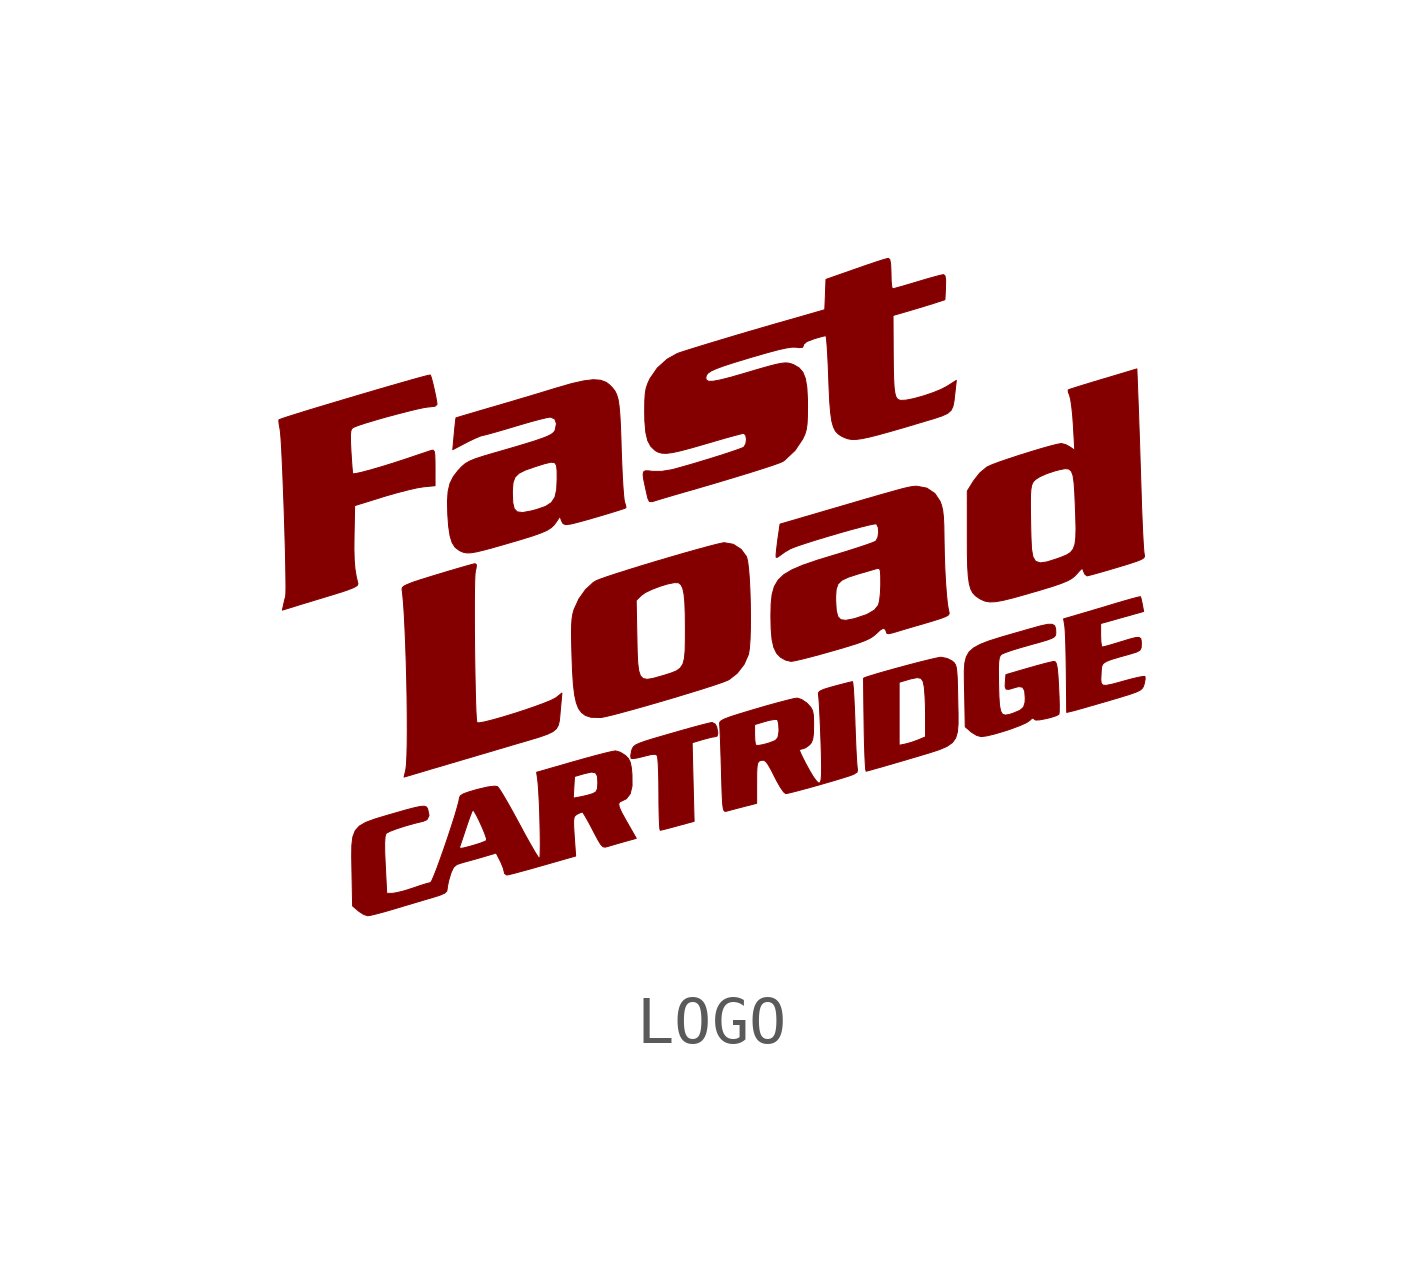
<source format=kicad_sym>
(kicad_symbol_lib
  (version 20210619)
  (generator bitmap2component)
  (symbol "LOGO"
    (pin_names
      (offset 1.016))
    (property "Reference" "#G"
      (at 0 6.192 0)
      (effects (font (size 1.27 1.27)) hide))
    (symbol "LOGO_0_0"
      (polyline (pts (xy -7.106 -6.859) (xy -6.978 -6.828) (xy -6.806 -6.782) (xy -6.61 -6.725) (xy -6.449 -6.676) (xy -6.213 -6.606) (xy -5.992 -6.54) (xy -5.82 -6.49) (xy -5.814 -6.488) (xy -5.657 -6.438) (xy -5.566 -6.398) (xy -5.523 -6.356) (xy -5.513 -6.303) (xy -5.51 -6.266) (xy -5.486 -6.146) (xy -5.445 -6.008) (xy -5.428 -5.958) (xy -5.379 -5.857) (xy -5.312 -5.802) (xy -5.201 -5.765) (xy -5.103 -5.738) (xy -4.932 -5.691) (xy -4.759 -5.641) (xy -4.493 -5.562) (xy -4.409 -5.727) (xy -4.39 -5.766) (xy -4.344 -5.879) (xy -4.325 -5.956) (xy -4.319 -5.987) (xy -4.274 -6.021) (xy -4.239 -6.015) (xy -4.131 -5.989) (xy -3.968 -5.945) (xy -3.763 -5.889) (xy -3.531 -5.823) (xy -2.838 -5.625) (xy -2.867 -5.213) (xy -2.868 -5.197) (xy -2.879 -5.012) (xy -2.881 -4.892) (xy -2.871 -4.821) (xy -2.847 -4.781) (xy -2.807 -4.754) (xy -2.748 -4.725) (xy -2.697 -4.707) (xy -2.683 -4.723) (xy -2.635 -4.8) (xy -2.564 -4.926) (xy -2.48 -5.085) (xy -2.45 -5.144) (xy -2.369 -5.295) (xy -2.312 -5.387) (xy -2.268 -5.431) (xy -2.224 -5.44) (xy -2.171 -5.427) (xy -2.107 -5.408) (xy -1.97 -5.368) (xy -1.816 -5.324) (xy -1.575 -5.257) (xy -1.762 -4.929) (xy -1.787 -4.886) (xy -1.879 -4.719) (xy -1.929 -4.608) (xy -1.942 -4.539) (xy -1.919 -4.498) (xy -1.865 -4.473) (xy -1.782 -4.432) (xy -1.702 -4.329) (xy -1.663 -4.165) (xy -1.664 -3.934) (xy -1.677 -3.789) (xy -1.7 -3.673) (xy -1.738 -3.596) (xy -1.8 -3.532) (xy -1.806 -3.527) (xy -1.911 -3.462) (xy -2.006 -3.435) (xy -2.006 -3.435) (xy -2.075 -3.446) (xy -2.212 -3.478) (xy -2.4 -3.526) (xy -2.626 -3.587) (xy -2.874 -3.657) (xy -3.65 -3.88) (xy -3.629 -4.028) (xy -3.619 -4.121) (xy -3.607 -4.285) (xy -3.6 -4.42) (xy -2.888 -4.42) (xy -2.862 -3.968) (xy -2.671 -3.913) (xy -2.65 -3.907) (xy -2.506 -3.876) (xy -2.423 -3.891) (xy -2.384 -3.959) (xy -2.375 -4.092) (xy -2.375 -4.1) (xy -2.382 -4.221) (xy -2.412 -4.286) (xy -2.476 -4.324) (xy -2.482 -4.326) (xy -2.598 -4.361) (xy -2.733 -4.391) (xy -2.888 -4.42) (xy -3.6 -4.42) (xy -3.596 -4.487) (xy -3.587 -4.712) (xy -3.581 -4.944) (xy -3.576 -5.169) (xy -3.574 -5.37) (xy -3.576 -5.533) (xy -3.58 -5.642) (xy -3.589 -5.681) (xy -3.591 -5.681) (xy -3.625 -5.637) (xy -3.692 -5.53) (xy -3.783 -5.372) (xy -3.893 -5.175) (xy -4.014 -4.95) (xy -4.025 -4.93) (xy -4.148 -4.703) (xy -4.261 -4.502) (xy -4.356 -4.34) (xy -4.426 -4.229) (xy -4.465 -4.18) (xy -4.527 -4.169) (xy -4.672 -4.187) (xy -4.893 -4.239) (xy -5.042 -4.282) (xy -5.171 -4.327) (xy -5.238 -4.369) (xy -5.258 -4.411) (xy -5.269 -4.479) (xy -5.304 -4.611) (xy -5.356 -4.788) (xy -5.423 -4.998) (xy -5.498 -5.226) (xy -5.575 -5.452) (xy -5.256 -5.452) (xy -5.248 -5.417) (xy -5.242 -5.402) (xy -5.213 -5.316) (xy -5.167 -5.179) (xy -5.112 -5.014) (xy -5.089 -4.945) (xy -5.038 -4.801) (xy -5 -4.702) (xy -4.979 -4.664) (xy -4.955 -4.688) (xy -4.906 -4.771) (xy -4.846 -4.891) (xy -4.784 -5.027) (xy -4.731 -5.156) (xy -4.697 -5.255) (xy -4.693 -5.301) (xy -4.731 -5.321) (xy -4.832 -5.36) (xy -4.968 -5.402) (xy -5.052 -5.426) (xy -5.173 -5.457) (xy -5.236 -5.466) (xy -5.256 -5.452) (xy -5.575 -5.452) (xy -5.577 -5.458) (xy -5.655 -5.679) (xy -5.727 -5.877) (xy -5.789 -6.035) (xy -5.835 -6.141) (xy -5.862 -6.18) (xy -5.869 -6.181) (xy -5.946 -6.2) (xy -6.074 -6.24) (xy -6.23 -6.293) (xy -6.253 -6.301) (xy -6.42 -6.353) (xy -6.565 -6.389) (xy -6.659 -6.403) (xy -6.774 -6.403) (xy -6.804 -5.808) (xy -6.815 -5.56) (xy -6.817 -5.353) (xy -6.808 -5.22) (xy -6.789 -5.157) (xy -6.783 -5.151) (xy -6.708 -5.111) (xy -6.574 -5.06) (xy -6.4 -5.003) (xy -6.206 -4.948) (xy -6.011 -4.9) (xy -5.935 -4.867) (xy -5.893 -4.781) (xy -5.92 -4.647) (xy -5.926 -4.633) (xy -5.95 -4.601) (xy -5.995 -4.587) (xy -6.071 -4.592) (xy -6.191 -4.617) (xy -6.368 -4.663) (xy -6.614 -4.734) (xy -6.765 -4.777) (xy -7.02 -4.854) (xy -7.21 -4.924) (xy -7.343 -5.001) (xy -7.429 -5.097) (xy -7.479 -5.226) (xy -7.5 -5.4) (xy -7.503 -5.633) (xy -7.498 -5.937) (xy -7.484 -6.665) (xy -7.365 -6.767) (xy -7.352 -6.778) (xy -7.252 -6.843) (xy -7.169 -6.869) (xy -7.106 -6.859)) (stroke (width 0.01)) (fill (type outline)))
      (polyline (pts (xy -1.067 -5.087) (xy -0.995 -5.071) (xy -0.869 -5.038) (xy -0.71 -4.995) (xy -0.37 -4.902) (xy -0.391 -4.083) (xy -0.411 -3.265) (xy -0.198 -3.201) (xy -0.118 -3.179) (xy 0.001 -3.149) (xy 0.071 -3.138) (xy 0.109 -3.126) (xy 0.125 -3.063) (xy 0.101 -2.937) (xy 0.069 -2.877) (xy 0.006 -2.843) (xy 0.004 -2.843) (xy -0.06 -2.856) (xy -0.192 -2.889) (xy -0.376 -2.938) (xy -0.6 -3) (xy -0.848 -3.071) (xy -0.985 -3.111) (xy -1.222 -3.18) (xy -1.393 -3.233) (xy -1.511 -3.276) (xy -1.587 -3.311) (xy -1.631 -3.346) (xy -1.655 -3.384) (xy -1.671 -3.43) (xy -1.673 -3.438) (xy -1.69 -3.535) (xy -1.682 -3.59) (xy -1.645 -3.595) (xy -1.546 -3.58) (xy -1.413 -3.548) (xy -1.39 -3.541) (xy -1.254 -3.509) (xy -1.175 -3.506) (xy -1.137 -3.531) (xy -1.128 -3.576) (xy -1.118 -3.694) (xy -1.11 -3.87) (xy -1.105 -4.089) (xy -1.103 -4.336) (xy -1.102 -4.554) (xy -1.098 -4.768) (xy -1.092 -4.937) (xy -1.084 -5.048) (xy -1.076 -5.088) (xy -1.067 -5.087)) (stroke (width 0.01)) (fill (type outline)))
      (polyline (pts (xy 0.313 -4.689) (xy 0.383 -4.67) (xy 0.514 -4.635) (xy 0.668 -4.595) (xy 0.933 -4.527) (xy 0.933 -4.087) (xy 0.934 -3.891) (xy 0.941 -3.764) (xy 0.954 -3.689) (xy 0.979 -3.652) (xy 1.016 -3.635) (xy 1.034 -3.631) (xy 1.081 -3.629) (xy 1.124 -3.655) (xy 1.173 -3.72) (xy 1.239 -3.837) (xy 1.331 -4.018) (xy 1.353 -4.061) (xy 1.43 -4.196) (xy 1.496 -4.29) (xy 1.539 -4.325) (xy 1.598 -4.314) (xy 1.721 -4.284) (xy 1.891 -4.239) (xy 2.092 -4.184) (xy 2.306 -4.123) (xy 2.515 -4.063) (xy 2.704 -4.006) (xy 2.854 -3.959) (xy 2.951 -3.924) (xy 3.025 -3.877) (xy 3.034 -3.829) (xy 3.032 -3.82) (xy 3.023 -3.74) (xy 3.013 -3.592) (xy 3.002 -3.39) (xy 2.992 -3.148) (xy 2.982 -2.879) (xy 2.98 -2.794) (xy 2.97 -2.539) (xy 2.959 -2.318) (xy 2.949 -2.146) (xy 2.938 -2.033) (xy 2.93 -1.992) (xy 2.919 -1.994) (xy 2.844 -2.011) (xy 2.715 -2.044) (xy 2.553 -2.087) (xy 2.47 -2.11) (xy 2.33 -2.153) (xy 2.252 -2.189) (xy 2.221 -2.224) (xy 2.222 -2.268) (xy 2.224 -2.277) (xy 2.232 -2.362) (xy 2.242 -2.514) (xy 2.252 -2.719) (xy 2.263 -2.964) (xy 2.273 -3.233) (xy 2.281 -3.489) (xy 2.286 -3.742) (xy 2.285 -3.923) (xy 2.275 -4.04) (xy 2.256 -4.098) (xy 2.226 -4.106) (xy 2.184 -4.069) (xy 2.128 -3.997) (xy 2.098 -3.95) (xy 2.032 -3.838) (xy 1.959 -3.705) (xy 1.892 -3.574) (xy 1.843 -3.47) (xy 1.823 -3.415) (xy 1.83 -3.405) (xy 1.887 -3.392) (xy 1.951 -3.37) (xy 2.035 -3.308) (xy 2.07 -3.266) (xy 2.101 -3.191) (xy 2.116 -3.077) (xy 2.12 -2.901) (xy 2.12 -2.835) (xy 2.115 -2.69) (xy 2.097 -2.596) (xy 2.06 -2.527) (xy 1.996 -2.456) (xy 1.975 -2.436) (xy 1.868 -2.363) (xy 1.774 -2.335) (xy 1.706 -2.347) (xy 1.571 -2.379) (xy 1.384 -2.428) (xy 1.159 -2.49) (xy 0.912 -2.562) (xy 0.783 -2.6) (xy 0.546 -2.672) (xy 0.376 -2.727) (xy 0.263 -2.77) (xy 0.196 -2.805) (xy 0.166 -2.836) (xy 0.161 -2.867) (xy 0.162 -2.876) (xy 0.163 -2.887) (xy 0.89 -2.887) (xy 1.108 -2.822) (xy 1.193 -2.799) (xy 1.304 -2.779) (xy 1.362 -2.781) (xy 1.372 -2.794) (xy 1.392 -2.872) (xy 1.399 -2.99) (xy 1.398 -3.039) (xy 1.377 -3.157) (xy 1.325 -3.217) (xy 1.301 -3.228) (xy 1.191 -3.27) (xy 1.07 -3.304) (xy 0.968 -3.322) (xy 0.914 -3.317) (xy 0.907 -3.299) (xy 0.895 -3.214) (xy 0.89 -3.09) (xy 0.89 -2.887) (xy 0.163 -2.887) (xy 0.168 -2.96) (xy 0.175 -3.111) (xy 0.183 -3.317) (xy 0.191 -3.561) (xy 0.199 -3.83) (xy 0.206 -4.078) (xy 0.213 -4.31) (xy 0.221 -4.477) (xy 0.231 -4.589) (xy 0.243 -4.655) (xy 0.26 -4.687) (xy 0.283 -4.695) (xy 0.313 -4.689)) (stroke (width 0.01)) (fill (type outline)))
      (polyline (pts (xy -5.782 -3.793) (xy -5.736 -3.78) (xy -5.485 -3.706) (xy -5.182 -3.616) (xy -4.849 -3.518) (xy -4.511 -3.418) (xy -4.19 -3.323) (xy -4.068 -3.287) (xy -3.787 -3.205) (xy -3.574 -3.14) (xy -3.418 -3.084) (xy -3.31 -3.031) (xy -3.24 -2.972) (xy -3.2 -2.901) (xy -3.178 -2.811) (xy -3.166 -2.694) (xy -3.153 -2.543) (xy -3.124 -2.23) (xy -3.244 -2.325) (xy -3.264 -2.338) (xy -3.365 -2.388) (xy -3.519 -2.45) (xy -3.711 -2.52) (xy -3.927 -2.594) (xy -4.152 -2.666) (xy -4.371 -2.733) (xy -4.57 -2.789) (xy -4.733 -2.83) (xy -4.846 -2.85) (xy -4.894 -2.847) (xy -4.896 -2.841) (xy -4.905 -2.768) (xy -4.914 -2.624) (xy -4.921 -2.421) (xy -4.928 -2.172) (xy -4.934 -1.888) (xy -4.939 -1.58) (xy -4.943 -1.261) (xy -4.946 -0.943) (xy -4.947 -0.636) (xy -4.947 -0.353) (xy -4.945 -0.105) (xy -4.941 0.095) (xy -4.935 0.237) (xy -4.928 0.307) (xy -4.913 0.366) (xy -4.905 0.443) (xy -4.933 0.465) (xy -4.982 0.454) (xy -5.1 0.422) (xy -5.272 0.372) (xy -5.485 0.31) (xy -5.724 0.238) (xy -5.821 0.208) (xy -6.062 0.134) (xy -6.235 0.076) (xy -6.35 0.031) (xy -6.418 -0.004) (xy -6.449 -0.036) (xy -6.454 -0.068) (xy -6.444 -0.144) (xy -6.425 -0.341) (xy -6.408 -0.596) (xy -6.393 -0.897) (xy -6.379 -1.232) (xy -6.367 -1.589) (xy -6.357 -1.957) (xy -6.35 -2.323) (xy -6.346 -2.676) (xy -6.345 -3.004) (xy -6.347 -3.294) (xy -6.353 -3.536) (xy -6.362 -3.716) (xy -6.375 -3.824) (xy -6.411 -3.98) (xy -5.782 -3.793)) (stroke (width 0.01)) (fill (type outline)))
      (polyline (pts (xy 3.22 -3.857) (xy 3.289 -3.839) (xy 3.423 -3.801) (xy 3.61 -3.748) (xy 3.837 -3.682) (xy 4.091 -3.607) (xy 4.238 -3.564) (xy 4.523 -3.479) (xy 4.741 -3.408) (xy 4.9 -3.339) (xy 5.01 -3.262) (xy 5.079 -3.166) (xy 5.115 -3.041) (xy 5.129 -2.877) (xy 5.129 -2.662) (xy 5.123 -2.386) (xy 5.123 -2.381) (xy 5.118 -2.115) (xy 5.112 -1.921) (xy 5.103 -1.785) (xy 5.091 -1.694) (xy 5.072 -1.636) (xy 5.046 -1.597) (xy 5.01 -1.565) (xy 4.904 -1.51) (xy 4.773 -1.484) (xy 4.753 -1.486) (xy 4.658 -1.505) (xy 4.508 -1.54) (xy 4.318 -1.587) (xy 4.104 -1.643) (xy 3.881 -1.703) (xy 3.664 -1.763) (xy 3.468 -1.819) (xy 3.309 -1.867) (xy 3.201 -1.902) (xy 3.161 -1.921) (xy 3.161 -1.934) (xy 3.161 -2.017) (xy 3.163 -2.167) (xy 3.165 -2.371) (xy 3.168 -2.618) (xy 3.172 -2.894) (xy 3.174 -3.047) (xy 3.18 -3.307) (xy 3.181 -3.318) (xy 3.901 -3.318) (xy 3.901 -2.006) (xy 4.065 -1.957) (xy 4.141 -1.935) (xy 4.276 -1.908) (xy 4.357 -1.922) (xy 4.401 -1.986) (xy 4.426 -2.105) (xy 4.431 -2.157) (xy 4.442 -2.317) (xy 4.45 -2.515) (xy 4.452 -2.722) (xy 4.452 -3.142) (xy 4.302 -3.205) (xy 4.292 -3.209) (xy 4.153 -3.259) (xy 4.026 -3.293) (xy 3.901 -3.318) (xy 3.181 -3.318) (xy 3.188 -3.53) (xy 3.196 -3.705) (xy 3.205 -3.818) (xy 3.214 -3.858) (xy 3.22 -3.857)) (stroke (width 0.01)) (fill (type outline)))
      (polyline (pts (xy 5.612 -3.137) (xy 5.726 -3.122) (xy 5.886 -3.084) (xy 6.07 -3.03) (xy 6.257 -2.968) (xy 6.426 -2.904) (xy 6.554 -2.846) (xy 6.622 -2.8) (xy 6.676 -2.75) (xy 6.71 -2.764) (xy 6.711 -2.768) (xy 6.744 -2.792) (xy 6.824 -2.789) (xy 6.967 -2.762) (xy 7.071 -2.736) (xy 7.179 -2.7) (xy 7.23 -2.671) (xy 7.231 -2.67) (xy 7.237 -2.608) (xy 7.238 -2.482) (xy 7.233 -2.307) (xy 7.224 -2.102) (xy 7.223 -2.078) (xy 7.21 -1.861) (xy 7.196 -1.714) (xy 7.179 -1.625) (xy 7.157 -1.582) (xy 7.128 -1.571) (xy 7.074 -1.581) (xy 6.953 -1.61) (xy 6.786 -1.655) (xy 6.594 -1.709) (xy 6.127 -1.845) (xy 6.114 -2.004) (xy 6.11 -2.093) (xy 6.13 -2.148) (xy 6.193 -2.152) (xy 6.316 -2.115) (xy 6.391 -2.095) (xy 6.474 -2.107) (xy 6.517 -2.183) (xy 6.529 -2.332) (xy 6.525 -2.426) (xy 6.494 -2.524) (xy 6.418 -2.591) (xy 6.277 -2.65) (xy 6.196 -2.676) (xy 6.112 -2.69) (xy 6.053 -2.67) (xy 6.015 -2.604) (xy 5.992 -2.485) (xy 5.98 -2.3) (xy 5.973 -2.041) (xy 5.972 -1.946) (xy 5.97 -1.739) (xy 5.974 -1.598) (xy 5.986 -1.507) (xy 6.005 -1.453) (xy 6.034 -1.421) (xy 6.038 -1.419) (xy 6.113 -1.387) (xy 6.249 -1.339) (xy 6.43 -1.284) (xy 6.636 -1.225) (xy 6.825 -1.173) (xy 6.983 -1.126) (xy 7.083 -1.089) (xy 7.138 -1.056) (xy 7.161 -1.02) (xy 7.165 -0.975) (xy 7.162 -0.891) (xy 7.141 -0.827) (xy 7.09 -0.797) (xy 6.997 -0.798) (xy 6.848 -0.83) (xy 6.632 -0.89) (xy 6.342 -0.973) (xy 6.028 -1.064) (xy 5.78 -1.142) (xy 5.591 -1.215) (xy 5.454 -1.29) (xy 5.359 -1.375) (xy 5.301 -1.478) (xy 5.27 -1.606) (xy 5.259 -1.766) (xy 5.26 -1.967) (xy 5.266 -2.215) (xy 5.279 -2.933) (xy 5.398 -3.036) (xy 5.41 -3.046) (xy 5.516 -3.111) (xy 5.61 -3.137) (xy 5.612 -3.137)) (stroke (width 0.01)) (fill (type outline)))
      (polyline (pts (xy -2.308 -2.739) (xy -2.212 -2.72) (xy -2.049 -2.681) (xy -1.832 -2.623) (xy -1.575 -2.552) (xy -1.291 -2.472) (xy -0.993 -2.385) (xy -0.696 -2.297) (xy -0.411 -2.21) (xy -0.153 -2.13) (xy 0.066 -2.059) (xy 0.231 -2.002) (xy 0.33 -1.963) (xy 0.363 -1.946) (xy 0.531 -1.813) (xy 0.672 -1.629) (xy 0.762 -1.424) (xy 0.764 -1.416) (xy 0.783 -1.293) (xy 0.796 -1.109) (xy 0.803 -0.88) (xy 0.804 -0.623) (xy 0.801 -0.354) (xy 0.793 -0.088) (xy 0.781 0.157) (xy 0.764 0.366) (xy 0.744 0.523) (xy 0.721 0.611) (xy 0.61 0.763) (xy 0.447 0.869) (xy 0.26 0.902) (xy 0.227 0.898) (xy 0.11 0.872) (xy -0.069 0.826) (xy -0.297 0.764) (xy -0.56 0.69) (xy -0.846 0.607) (xy -1.142 0.52) (xy -1.435 0.432) (xy -1.712 0.346) (xy -1.962 0.267) (xy -2.17 0.199) (xy -2.323 0.145) (xy -2.41 0.11) (xy -2.473 0.071) (xy -2.631 -0.075) (xy -2.769 -0.269) (xy -2.784 -0.301) (xy -1.577 -0.301) (xy -1.472 -0.196) (xy -1.384 -0.134) (xy -1.245 -0.068) (xy -1.083 -0.006) (xy -0.921 0.043) (xy -0.784 0.071) (xy -0.698 0.069) (xy -0.692 0.067) (xy -0.643 0.028) (xy -0.606 -0.046) (xy -0.58 -0.165) (xy -0.563 -0.339) (xy -0.554 -0.578) (xy -0.551 -0.892) (xy -0.552 -1.107) (xy -0.556 -1.339) (xy -0.571 -1.508) (xy -0.603 -1.628) (xy -0.658 -1.711) (xy -0.741 -1.77) (xy -0.86 -1.817) (xy -1.021 -1.867) (xy -1.077 -1.883) (xy -1.232 -1.926) (xy -1.348 -1.944) (xy -1.432 -1.929) (xy -1.489 -1.872) (xy -1.524 -1.765) (xy -1.545 -1.599) (xy -1.556 -1.366) (xy -1.562 -1.056) (xy -1.577 -0.301) (xy -2.784 -0.301) (xy -2.868 -0.485) (xy -2.87 -0.489) (xy -2.895 -0.578) (xy -2.912 -0.679) (xy -2.921 -0.805) (xy -2.924 -0.972) (xy -2.921 -1.194) (xy -2.913 -1.486) (xy -2.903 -1.758) (xy -2.885 -2.046) (xy -2.859 -2.267) (xy -2.823 -2.432) (xy -2.776 -2.552) (xy -2.714 -2.636) (xy -2.635 -2.695) (xy -2.52 -2.734) (xy -2.311 -2.739) (xy -2.308 -2.739)) (stroke (width 0.01)) (fill (type outline)))
      (polyline (pts (xy 7.502 -2.607) (xy 7.544 -2.597) (xy 7.665 -2.563) (xy 7.841 -2.513) (xy 8.054 -2.451) (xy 8.289 -2.383) (xy 8.528 -2.312) (xy 8.711 -2.255) (xy 8.836 -2.211) (xy 8.915 -2.174) (xy 8.962 -2.137) (xy 8.988 -2.096) (xy 9.005 -2.045) (xy 9.008 -2.033) (xy 9.027 -1.936) (xy 9.022 -1.884) (xy 9.005 -1.882) (xy 8.92 -1.895) (xy 8.784 -1.925) (xy 8.615 -1.97) (xy 8.53 -1.994) (xy 8.342 -2.045) (xy 8.217 -2.07) (xy 8.145 -2.065) (xy 8.111 -2.026) (xy 8.103 -1.952) (xy 8.108 -1.837) (xy 8.113 -1.74) (xy 8.123 -1.668) (xy 8.152 -1.615) (xy 8.213 -1.573) (xy 8.316 -1.532) (xy 8.475 -1.484) (xy 8.703 -1.42) (xy 8.718 -1.416) (xy 8.847 -1.376) (xy 8.916 -1.339) (xy 8.943 -1.288) (xy 8.947 -1.206) (xy 8.946 -1.151) (xy 8.935 -1.096) (xy 8.899 -1.071) (xy 8.824 -1.075) (xy 8.696 -1.108) (xy 8.502 -1.167) (xy 8.447 -1.184) (xy 8.296 -1.229) (xy 8.184 -1.26) (xy 8.131 -1.272) (xy 8.117 -1.247) (xy 8.104 -1.159) (xy 8.099 -1.027) (xy 8.099 -0.782) (xy 8.547 -0.656) (xy 8.995 -0.53) (xy 8.967 -0.382) (xy 8.964 -0.362) (xy 8.943 -0.267) (xy 8.929 -0.222) (xy 8.886 -0.23) (xy 8.779 -0.257) (xy 8.623 -0.301) (xy 8.434 -0.356) (xy 8.273 -0.405) (xy 8.035 -0.476) (xy 7.813 -0.542) (xy 7.639 -0.593) (xy 7.328 -0.684) (xy 7.351 -0.819) (xy 7.352 -0.823) (xy 7.36 -0.912) (xy 7.368 -1.07) (xy 7.375 -1.279) (xy 7.38 -1.526) (xy 7.384 -1.793) (xy 7.393 -2.633) (xy 7.502 -2.607)) (stroke (width 0.01)) (fill (type outline)))
      (polyline (pts (xy 1.719 -1.559) (xy 1.857 -1.528) (xy 2.048 -1.48) (xy 2.275 -1.419) (xy 2.523 -1.349) (xy 2.611 -1.324) (xy 2.866 -1.248) (xy 3.057 -1.187) (xy 3.195 -1.135) (xy 3.295 -1.088) (xy 3.369 -1.04) (xy 3.431 -0.986) (xy 3.507 -0.916) (xy 3.572 -0.879) (xy 3.61 -0.899) (xy 3.625 -0.925) (xy 3.646 -0.984) (xy 3.68 -0.994) (xy 3.763 -0.976) (xy 3.771 -0.974) (xy 3.865 -0.946) (xy 4.018 -0.9) (xy 4.211 -0.843) (xy 4.424 -0.781) (xy 4.613 -0.725) (xy 4.773 -0.674) (xy 4.874 -0.635) (xy 4.927 -0.603) (xy 4.944 -0.571) (xy 4.938 -0.533) (xy 4.931 -0.509) (xy 4.908 -0.378) (xy 4.888 -0.182) (xy 4.869 0.066) (xy 4.854 0.351) (xy 4.843 0.659) (xy 4.837 0.975) (xy 4.837 1) (xy 4.833 1.253) (xy 4.824 1.439) (xy 4.809 1.575) (xy 4.785 1.679) (xy 4.752 1.768) (xy 4.644 1.928) (xy 4.479 2.039) (xy 4.274 2.078) (xy 4.246 2.078) (xy 4.204 2.075) (xy 4.153 2.068) (xy 4.087 2.055) (xy 3.995 2.034) (xy 3.872 2.001) (xy 3.708 1.955) (xy 3.494 1.895) (xy 3.224 1.817) (xy 2.889 1.719) (xy 2.481 1.6) (xy 1.421 1.29) (xy 1.372 0.953) (xy 1.366 0.906) (xy 1.348 0.754) (xy 1.338 0.645) (xy 1.34 0.598) (xy 1.368 0.601) (xy 1.431 0.645) (xy 1.519 0.709) (xy 1.633 0.775) (xy 1.665 0.789) (xy 1.784 0.834) (xy 1.954 0.891) (xy 2.162 0.957) (xy 2.393 1.027) (xy 2.631 1.097) (xy 2.862 1.163) (xy 3.072 1.22) (xy 3.245 1.264) (xy 3.366 1.29) (xy 3.422 1.296) (xy 3.434 1.289) (xy 3.467 1.221) (xy 3.475 1.115) (xy 3.458 1.008) (xy 3.416 0.935) (xy 3.411 0.931) (xy 3.338 0.9) (xy 3.2 0.851) (xy 3.01 0.788) (xy 2.78 0.715) (xy 2.525 0.638) (xy 2.192 0.536) (xy 1.897 0.435) (xy 1.67 0.338) (xy 1.5 0.237) (xy 1.381 0.123) (xy 1.302 -0.012) (xy 1.256 -0.176) (xy 1.251 -0.222) (xy 2.579 -0.222) (xy 2.589 -0.066) (xy 2.628 0.043) (xy 2.71 0.122) (xy 2.847 0.186) (xy 3.053 0.252) (xy 3.08 0.26) (xy 3.24 0.306) (xy 3.37 0.344) (xy 3.445 0.366) (xy 3.461 0.369) (xy 3.492 0.361) (xy 3.51 0.316) (xy 3.518 0.216) (xy 3.519 0.047) (xy 3.519 0.016) (xy 3.511 -0.158) (xy 3.494 -0.306) (xy 3.471 -0.399) (xy 3.387 -0.502) (xy 3.228 -0.594) (xy 2.99 -0.674) (xy 2.952 -0.684) (xy 2.792 -0.715) (xy 2.686 -0.702) (xy 2.622 -0.635) (xy 2.591 -0.504) (xy 2.579 -0.299) (xy 2.579 -0.222) (xy 1.251 -0.222) (xy 1.235 -0.377) (xy 1.23 -0.624) (xy 1.235 -0.886) (xy 1.254 -1.111) (xy 1.291 -1.278) (xy 1.348 -1.397) (xy 1.428 -1.482) (xy 1.536 -1.543) (xy 1.649 -1.569) (xy 1.719 -1.559)) (stroke (width 0.01)) (fill (type outline)))
      (polyline (pts (xy -8.619 -0.401) (xy -8.512 -0.368) (xy -8.295 -0.302) (xy -8.054 -0.229) (xy -7.824 -0.159) (xy -7.817 -0.157) (xy -7.604 -0.088) (xy -7.464 -0.034) (xy -7.39 0.009) (xy -7.373 0.045) (xy -7.409 0.196) (xy -7.436 0.361) (xy -7.451 0.546) (xy -7.457 0.772) (xy -7.454 1.06) (xy -7.442 1.674) (xy -6.848 1.859) (xy -6.789 1.877) (xy -6.554 1.944) (xy -6.33 2.002) (xy -6.142 2.045) (xy -6.011 2.066) (xy -5.767 2.09) (xy -5.767 2.47) (xy -5.768 2.601) (xy -5.772 2.732) (xy -5.784 2.804) (xy -5.806 2.83) (xy -5.841 2.826) (xy -5.891 2.81) (xy -6.009 2.77) (xy -6.173 2.715) (xy -6.361 2.651) (xy -6.486 2.61) (xy -6.723 2.534) (xy -6.951 2.465) (xy -7.154 2.407) (xy -7.32 2.364) (xy -7.433 2.34) (xy -7.48 2.338) (xy -7.486 2.368) (xy -7.496 2.469) (xy -7.507 2.622) (xy -7.519 2.809) (xy -7.528 3) (xy -7.53 3.141) (xy -7.522 3.228) (xy -7.503 3.276) (xy -7.471 3.303) (xy -7.469 3.304) (xy -7.375 3.342) (xy -7.218 3.394) (xy -7.018 3.454) (xy -6.792 3.519) (xy -6.557 3.582) (xy -6.332 3.64) (xy -6.134 3.688) (xy -5.982 3.72) (xy -5.893 3.732) (xy -5.876 3.732) (xy -5.764 3.747) (xy -5.726 3.785) (xy -5.733 3.844) (xy -5.755 3.962) (xy -5.785 4.103) (xy -5.817 4.239) (xy -5.846 4.346) (xy -5.866 4.396) (xy -5.867 4.396) (xy -5.914 4.388) (xy -6.032 4.357) (xy -6.208 4.309) (xy -6.433 4.245) (xy -6.695 4.17) (xy -6.984 4.086) (xy -7.289 3.996) (xy -7.599 3.904) (xy -7.904 3.813) (xy -8.193 3.726) (xy -8.455 3.647) (xy -8.679 3.577) (xy -8.854 3.522) (xy -8.971 3.482) (xy -9.018 3.463) (xy -9.021 3.45) (xy -9.015 3.375) (xy -8.994 3.26) (xy -8.987 3.208) (xy -8.976 3.076) (xy -8.964 2.881) (xy -8.952 2.635) (xy -8.939 2.349) (xy -8.927 2.034) (xy -8.914 1.702) (xy -8.903 1.364) (xy -8.893 1.031) (xy -8.884 0.716) (xy -8.878 0.428) (xy -8.874 0.179) (xy -8.872 -0.018) (xy -8.874 -0.154) (xy -8.879 -0.216) (xy -8.897 -0.281) (xy -8.922 -0.389) (xy -8.947 -0.502) (xy -8.619 -0.401)) (stroke (width 0.01)) (fill (type outline)))
      (polyline (pts (xy 5.905 -0.327) (xy 6.065 -0.299) (xy 6.277 -0.247) (xy 6.556 -0.169) (xy 6.599 -0.156) (xy 6.893 -0.07) (xy 7.117 -0.001) (xy 7.284 0.057) (xy 7.405 0.107) (xy 7.493 0.155) (xy 7.558 0.206) (xy 7.613 0.264) (xy 7.643 0.299) (xy 7.699 0.357) (xy 7.727 0.356) (xy 7.746 0.303) (xy 7.77 0.248) (xy 7.814 0.212) (xy 7.827 0.214) (xy 7.909 0.234) (xy 8.05 0.273) (xy 8.235 0.326) (xy 8.448 0.389) (xy 8.471 0.396) (xy 8.695 0.464) (xy 8.849 0.515) (xy 8.946 0.554) (xy 8.998 0.587) (xy 9.014 0.618) (xy 9.009 0.654) (xy 9.007 0.659) (xy 8.998 0.735) (xy 8.988 0.882) (xy 8.976 1.089) (xy 8.965 1.344) (xy 8.953 1.635) (xy 8.943 1.951) (xy 8.934 2.235) (xy 8.922 2.604) (xy 8.911 2.969) (xy 8.899 3.311) (xy 8.889 3.608) (xy 8.88 3.841) (xy 8.854 4.523) (xy 8.148 4.312) (xy 7.955 4.254) (xy 7.748 4.191) (xy 7.581 4.139) (xy 7.469 4.103) (xy 7.424 4.086) (xy 7.425 4.048) (xy 7.455 3.966) (xy 7.475 3.887) (xy 7.497 3.742) (xy 7.517 3.554) (xy 7.532 3.344) (xy 7.561 2.827) (xy 7.46 2.897) (xy 7.373 2.945) (xy 7.284 2.968) (xy 7.28 2.968) (xy 7.194 2.953) (xy 7.047 2.916) (xy 6.856 2.862) (xy 6.638 2.796) (xy 6.41 2.725) (xy 6.19 2.653) (xy 5.994 2.586) (xy 5.841 2.529) (xy 5.747 2.487) (xy 5.729 2.477) (xy 5.581 2.354) (xy 5.451 2.187) (xy 5.322 1.978) (xy 5.322 1.725) (xy 6.636 1.725) (xy 6.638 1.891) (xy 6.646 2.009) (xy 6.66 2.091) (xy 6.681 2.148) (xy 6.71 2.188) (xy 6.748 2.224) (xy 6.835 2.279) (xy 6.98 2.343) (xy 7.143 2.397) (xy 7.259 2.427) (xy 7.363 2.446) (xy 7.439 2.437) (xy 7.491 2.391) (xy 7.525 2.299) (xy 7.546 2.15) (xy 7.561 1.935) (xy 7.573 1.646) (xy 7.58 1.466) (xy 7.587 1.204) (xy 7.582 1.008) (xy 7.564 0.866) (xy 7.527 0.767) (xy 7.47 0.697) (xy 7.388 0.645) (xy 7.278 0.6) (xy 7.189 0.568) (xy 6.982 0.502) (xy 6.837 0.482) (xy 6.742 0.516) (xy 6.687 0.61) (xy 6.659 0.773) (xy 6.648 1.01) (xy 6.643 1.21) (xy 6.638 1.502) (xy 6.636 1.725) (xy 5.322 1.725) (xy 5.322 1.026) (xy 5.323 0.682) (xy 5.329 0.413) (xy 5.342 0.206) (xy 5.363 0.051) (xy 5.394 -0.062) (xy 5.438 -0.144) (xy 5.497 -0.206) (xy 5.573 -0.259) (xy 5.599 -0.274) (xy 5.686 -0.313) (xy 5.784 -0.331) (xy 5.905 -0.327)) (stroke (width 0.01)) (fill (type outline)))
      (polyline (pts (xy -5.019 0.692) (xy -4.902 0.712) (xy -4.74 0.751) (xy -4.523 0.81) (xy -4.237 0.893) (xy -4.22 0.897) (xy -3.93 0.983) (xy -3.71 1.052) (xy -3.547 1.111) (xy -3.43 1.163) (xy -3.347 1.216) (xy -3.287 1.273) (xy -3.237 1.341) (xy -3.164 1.451) (xy -3.13 1.357) (xy -3.099 1.3) (xy -3.044 1.279) (xy -2.937 1.292) (xy -2.915 1.297) (xy -2.808 1.324) (xy -2.655 1.365) (xy -2.474 1.417) (xy -2.284 1.472) (xy -2.102 1.527) (xy -1.947 1.575) (xy -1.837 1.611) (xy -1.791 1.63) (xy -1.793 1.665) (xy -1.818 1.746) (xy -1.826 1.781) (xy -1.839 1.898) (xy -1.853 2.078) (xy -1.866 2.308) (xy -1.878 2.575) (xy -1.889 2.865) (xy -1.893 3.025) (xy -1.904 3.332) (xy -1.917 3.571) (xy -1.933 3.752) (xy -1.954 3.888) (xy -1.984 3.989) (xy -2.023 4.067) (xy -2.075 4.133) (xy -2.141 4.198) (xy -2.201 4.243) (xy -2.317 4.287) (xy -2.469 4.298) (xy -2.667 4.274) (xy -2.922 4.217) (xy -3.244 4.124) (xy -3.378 4.083) (xy -3.647 4.001) (xy -3.952 3.91) (xy -4.266 3.817) (xy -4.558 3.731) (xy -4.564 3.73) (xy -4.804 3.66) (xy -5.013 3.598) (xy -5.179 3.549) (xy -5.288 3.516) (xy -5.33 3.503) (xy -5.331 3.5) (xy -5.339 3.442) (xy -5.352 3.324) (xy -5.367 3.169) (xy -5.397 2.841) (xy -5.112 2.99) (xy -5.091 3.001) (xy -4.949 3.07) (xy -4.836 3.119) (xy -4.774 3.138) (xy -4.753 3.141) (xy -4.659 3.165) (xy -4.508 3.207) (xy -4.314 3.263) (xy -4.094 3.329) (xy -3.982 3.362) (xy -3.766 3.425) (xy -3.581 3.474) (xy -3.443 3.507) (xy -3.369 3.519) (xy -3.357 3.519) (xy -3.271 3.479) (xy -3.237 3.385) (xy -3.262 3.252) (xy -3.271 3.233) (xy -3.298 3.196) (xy -3.347 3.159) (xy -3.424 3.119) (xy -3.541 3.074) (xy -3.703 3.018) (xy -3.922 2.951) (xy -4.205 2.867) (xy -4.561 2.764) (xy -4.742 2.711) (xy -4.918 2.654) (xy -5.042 2.604) (xy -5.134 2.551) (xy -5.211 2.486) (xy -5.29 2.401) (xy -5.385 2.277) (xy -5.455 2.137) (xy -5.494 1.971) (xy -5.497 1.931) (xy -4.156 1.931) (xy -4.155 2.003) (xy -4.142 2.158) (xy -4.101 2.268) (xy -4.019 2.349) (xy -3.883 2.417) (xy -3.677 2.488) (xy -3.483 2.549) (xy -3.352 2.58) (xy -3.274 2.571) (xy -3.236 2.515) (xy -3.224 2.404) (xy -3.223 2.229) (xy -3.232 2.012) (xy -3.268 1.85) (xy -3.342 1.737) (xy -3.467 1.657) (xy -3.653 1.593) (xy -3.768 1.563) (xy -3.941 1.531) (xy -4.053 1.544) (xy -4.118 1.609) (xy -4.148 1.736) (xy -4.156 1.931) (xy -5.497 1.931) (xy -5.508 1.76) (xy -5.501 1.486) (xy -5.484 1.249) (xy -5.454 1.047) (xy -5.41 0.904) (xy -5.347 0.806) (xy -5.261 0.741) (xy -5.236 0.728) (xy -5.174 0.702) (xy -5.106 0.69) (xy -5.019 0.692)) (stroke (width 0.01)) (fill (type outline)))
      (polyline (pts (xy -1.224 1.764) (xy -1.133 1.792) (xy -0.983 1.837) (xy -0.791 1.894) (xy -0.574 1.957) (xy -0.271 2.044) (xy 0.13 2.162) (xy 0.492 2.271) (xy 0.81 2.368) (xy 1.075 2.452) (xy 1.281 2.52) (xy 1.42 2.57) (xy 1.484 2.599) (xy 1.508 2.616) (xy 1.732 2.825) (xy 1.891 3.062) (xy 1.893 3.067) (xy 1.938 3.163) (xy 1.966 3.259) (xy 1.983 3.376) (xy 1.991 3.534) (xy 1.993 3.756) (xy 1.992 3.882) (xy 1.979 4.135) (xy 1.948 4.321) (xy 1.895 4.454) (xy 1.816 4.545) (xy 1.706 4.609) (xy 1.656 4.628) (xy 1.597 4.644) (xy 1.53 4.648) (xy 1.443 4.639) (xy 1.323 4.614) (xy 1.158 4.571) (xy 0.937 4.508) (xy 0.647 4.422) (xy 0.375 4.344) (xy 0.169 4.292) (xy 0.026 4.266) (xy -0.066 4.265) (xy -0.113 4.288) (xy -0.127 4.335) (xy -0.127 4.335) (xy -0.117 4.386) (xy -0.084 4.433) (xy -0.017 4.479) (xy 0.092 4.529) (xy 0.254 4.588) (xy 0.479 4.661) (xy 0.776 4.751) (xy 0.864 4.777) (xy 1.159 4.862) (xy 1.387 4.923) (xy 1.556 4.96) (xy 1.676 4.977) (xy 1.757 4.975) (xy 1.825 4.966) (xy 1.891 4.974) (xy 1.908 5.018) (xy 1.912 5.035) (xy 1.978 5.093) (xy 2.128 5.15) (xy 2.215 5.176) (xy 2.322 5.205) (xy 2.376 5.216) (xy 2.378 5.212) (xy 2.389 5.151) (xy 2.4 5.02) (xy 2.412 4.833) (xy 2.424 4.602) (xy 2.434 4.34) (xy 2.442 4.127) (xy 2.456 3.832) (xy 2.475 3.606) (xy 2.499 3.436) (xy 2.533 3.314) (xy 2.577 3.227) (xy 2.635 3.166) (xy 2.708 3.119) (xy 2.765 3.092) (xy 2.834 3.067) (xy 2.91 3.054) (xy 3.004 3.054) (xy 3.123 3.07) (xy 3.277 3.102) (xy 3.475 3.152) (xy 3.727 3.222) (xy 4.042 3.313) (xy 4.428 3.429) (xy 4.625 3.487) (xy 4.796 3.544) (xy 4.911 3.597) (xy 4.982 3.659) (xy 5.022 3.742) (xy 5.045 3.857) (xy 5.063 4.018) (xy 5.093 4.284) (xy 4.898 4.16) (xy 4.774 4.095) (xy 4.598 4.024) (xy 4.401 3.958) (xy 4.208 3.905) (xy 4.044 3.872) (xy 3.933 3.867) (xy 3.916 3.87) (xy 3.872 3.89) (xy 3.838 3.933) (xy 3.814 4.011) (xy 3.797 4.133) (xy 3.787 4.309) (xy 3.781 4.549) (xy 3.778 4.864) (xy 3.774 5.636) (xy 4.081 5.725) (xy 4.256 5.777) (xy 4.457 5.838) (xy 4.622 5.889) (xy 4.855 5.965) (xy 4.868 6.226) (xy 4.87 6.378) (xy 4.857 6.462) (xy 4.825 6.487) (xy 4.767 6.476) (xy 4.645 6.444) (xy 4.477 6.397) (xy 4.283 6.339) (xy 4.283 6.339) (xy 4.091 6.282) (xy 3.929 6.235) (xy 3.814 6.203) (xy 3.763 6.191) (xy 3.76 6.193) (xy 3.746 6.245) (xy 3.735 6.357) (xy 3.732 6.509) (xy 3.732 6.528) (xy 3.725 6.7) (xy 3.708 6.797) (xy 3.679 6.827) (xy 3.656 6.823) (xy 3.562 6.796) (xy 3.412 6.748) (xy 3.22 6.683) (xy 3.002 6.607) (xy 2.378 6.388) (xy 2.366 6.072) (xy 2.353 5.757) (xy 2.099 5.683) (xy 1.99 5.652) (xy 1.8 5.597) (xy 1.579 5.534) (xy 1.357 5.471) (xy 1.346 5.468) (xy 1.088 5.393) (xy 0.806 5.311) (xy 0.514 5.225) (xy 0.225 5.138) (xy -0.048 5.056) (xy -0.293 4.981) (xy -0.495 4.918) (xy -0.642 4.871) (xy -0.721 4.843) (xy -0.929 4.727) (xy -1.136 4.541) (xy -1.288 4.321) (xy -1.334 4.22) (xy -1.369 4.118) (xy -1.388 4.003) (xy -1.397 3.85) (xy -1.399 3.637) (xy -1.396 3.436) (xy -1.376 3.204) (xy -1.337 3.034) (xy -1.273 2.912) (xy -1.182 2.825) (xy -1.127 2.793) (xy -1.05 2.769) (xy -0.952 2.764) (xy -0.82 2.78) (xy -0.644 2.819) (xy -0.412 2.881) (xy -0.11 2.968) (xy 0.087 3.026) (xy 0.302 3.088) (xy 0.479 3.136) (xy 0.604 3.169) (xy 0.662 3.18) (xy 0.668 3.18) (xy 0.707 3.139) (xy 0.721 3.054) (xy 0.708 2.961) (xy 0.668 2.894) (xy 0.622 2.872) (xy 0.506 2.83) (xy 0.336 2.772) (xy 0.127 2.705) (xy -0.106 2.633) (xy -0.349 2.559) (xy -0.588 2.49) (xy -0.806 2.429) (xy -0.826 2.424) (xy -1.041 2.389) (xy -1.24 2.389) (xy -1.321 2.399) (xy -1.385 2.4) (xy -1.421 2.379) (xy -1.432 2.324) (xy -1.42 2.222) (xy -1.386 2.062) (xy -1.334 1.83) (xy -1.301 1.761) (xy -1.24 1.758) (xy -1.224 1.764)) (stroke (width 0.01)) (fill (type outline))))))
</source>
